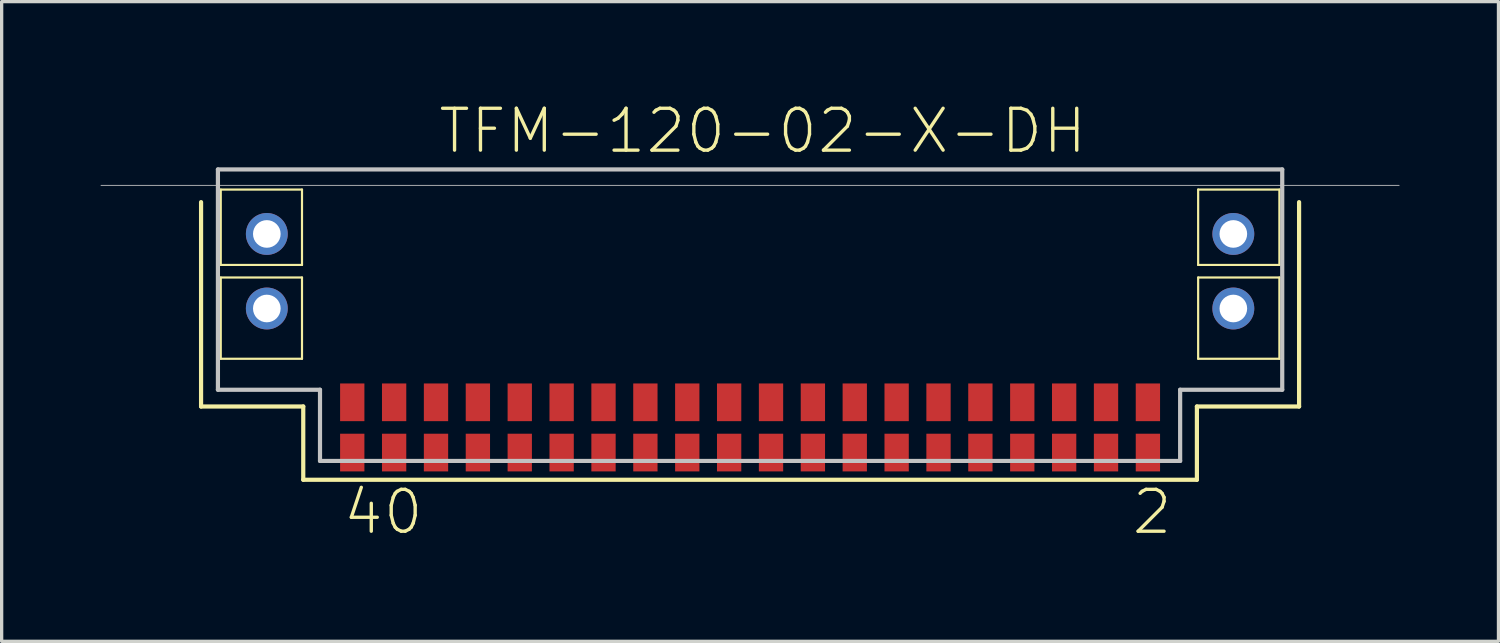
<source format=kicad_pcb>
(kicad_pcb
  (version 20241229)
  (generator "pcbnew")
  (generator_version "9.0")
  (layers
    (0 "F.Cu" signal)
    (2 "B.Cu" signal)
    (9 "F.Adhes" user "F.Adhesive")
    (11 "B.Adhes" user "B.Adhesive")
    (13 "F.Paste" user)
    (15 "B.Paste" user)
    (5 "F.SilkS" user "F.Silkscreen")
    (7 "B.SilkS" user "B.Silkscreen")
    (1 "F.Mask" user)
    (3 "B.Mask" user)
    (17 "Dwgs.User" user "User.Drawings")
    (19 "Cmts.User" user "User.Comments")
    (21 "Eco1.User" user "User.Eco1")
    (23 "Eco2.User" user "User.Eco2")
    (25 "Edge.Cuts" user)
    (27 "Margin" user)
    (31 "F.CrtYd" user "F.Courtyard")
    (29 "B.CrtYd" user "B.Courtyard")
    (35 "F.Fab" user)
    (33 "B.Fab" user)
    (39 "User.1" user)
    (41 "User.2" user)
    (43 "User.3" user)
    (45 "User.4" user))
  (footprint "TFM-120-02-X-DH"
    (layer "F.Cu")
    (at 19.698 2.572)
    (property "Reference" "TFM-120-02-X-DH" (at 0.381 -1.651 0) (layer "F.SilkS") (effects (font (size 1.27 1.27) (thickness 0.102))))
    (attr smd)
    (fp_line (start -16.65 0.508) (end -16.65 6.706) (stroke (width 0.127) (type solid)) (layer "F.SilkS"))
    (fp_line (start -16.65 6.706) (end -13.551 6.706) (stroke (width 0.127) (type solid)) (layer "F.SilkS"))
    (fp_line (start -16.053 0.127) (end -13.589 0.127) (stroke (width 0.066) (type solid)) (layer "F.SilkS"))
    (fp_line (start -16.053 2.413) (end -16.053 0.127) (stroke (width 0.066) (type solid)) (layer "F.SilkS"))
    (fp_line (start -16.053 2.413) (end -13.589 2.413) (stroke (width 0.066) (type solid)) (layer "F.SilkS"))
    (fp_line (start -16.053 2.794) (end -13.589 2.794) (stroke (width 0.066) (type solid)) (layer "F.SilkS"))
    (fp_line (start -16.053 5.258) (end -16.053 2.794) (stroke (width 0.066) (type solid)) (layer "F.SilkS"))
    (fp_line (start -16.053 5.258) (end -13.589 5.258) (stroke (width 0.066) (type solid)) (layer "F.SilkS"))
    (fp_line (start -13.589 2.413) (end -13.589 0.127) (stroke (width 0.066) (type solid)) (layer "F.SilkS"))
    (fp_line (start -13.589 5.258) (end -13.589 2.794) (stroke (width 0.066) (type solid)) (layer "F.SilkS"))
    (fp_line (start -13.551 6.706) (end -13.551 8.928) (stroke (width 0.127) (type solid)) (layer "F.SilkS"))
    (fp_line (start -13.551 8.928) (end 13.551 8.928) (stroke (width 0.127) (type solid)) (layer "F.SilkS"))
    (fp_line (start 13.551 6.706) (end 16.65 6.706) (stroke (width 0.127) (type solid)) (layer "F.SilkS"))
    (fp_line (start 13.551 8.928) (end 13.551 6.706) (stroke (width 0.127) (type solid)) (layer "F.SilkS"))
    (fp_line (start 13.589 0.127) (end 16.053 0.127) (stroke (width 0.066) (type solid)) (layer "F.SilkS"))
    (fp_line (start 13.589 2.413) (end 13.589 0.127) (stroke (width 0.066) (type solid)) (layer "F.SilkS"))
    (fp_line (start 13.589 2.413) (end 16.053 2.413) (stroke (width 0.066) (type solid)) (layer "F.SilkS"))
    (fp_line (start 13.589 2.794) (end 16.053 2.794) (stroke (width 0.066) (type solid)) (layer "F.SilkS"))
    (fp_line (start 13.589 5.258) (end 13.589 2.794) (stroke (width 0.066) (type solid)) (layer "F.SilkS"))
    (fp_line (start 13.589 5.258) (end 16.053 5.258) (stroke (width 0.066) (type solid)) (layer "F.SilkS"))
    (fp_line (start 16.053 2.413) (end 16.053 0.127) (stroke (width 0.066) (type solid)) (layer "F.SilkS"))
    (fp_line (start 16.053 5.258) (end 16.053 2.794) (stroke (width 0.066) (type solid)) (layer "F.SilkS"))
    (fp_line (start 16.65 6.706) (end 16.65 0.508) (stroke (width 0.127) (type solid)) (layer "F.SilkS"))
    (fp_line (start -19.685 0) (end 19.685 0) (stroke (width 0.025) (type solid)) (layer "Dwgs.User"))
    (fp_line (start -16.139 -0.483) (end 16.139 -0.483) (stroke (width 0.127) (type solid)) (layer "Dwgs.User"))
    (fp_line (start -16.139 6.198) (end -16.139 -0.483) (stroke (width 0.127) (type solid)) (layer "Dwgs.User"))
    (fp_line (start -13.043 6.198) (end -16.139 6.198) (stroke (width 0.127) (type solid)) (layer "Dwgs.User"))
    (fp_line (start -13.043 8.357) (end -13.043 6.198) (stroke (width 0.127) (type solid)) (layer "Dwgs.User"))
    (fp_line (start 13.043 6.198) (end 13.043 8.357) (stroke (width 0.127) (type solid)) (layer "Dwgs.User"))
    (fp_line (start 13.043 8.357) (end -13.043 8.357) (stroke (width 0.127) (type solid)) (layer "Dwgs.User"))
    (fp_line (start 16.139 -0.483) (end 16.139 6.198) (stroke (width 0.127) (type solid)) (layer "Dwgs.User"))
    (fp_line (start 16.139 6.198) (end 13.043 6.198) (stroke (width 0.127) (type solid)) (layer "Dwgs.User"))
    (fp_text user "40" (at -11.125 9.906 0) (layer "F.SilkS") (effects (font (size 1.27 1.27) (thickness 0.102))))
    (fp_text user "2" (at 12.192 9.906 0) (layer "F.SilkS") (effects (font (size 1.27 1.27) (thickness 0.102))))
    (pad "1" smd rect (at 12.065 6.579) (size 0.737 1.143) (layers "F.Cu" "F.Mask" "F.Paste"))
    (pad "2" smd rect (at 12.065 8.103) (size 0.737 1.143) (layers "F.Cu" "F.Mask" "F.Paste"))
    (pad "3" smd rect (at 10.795 6.579) (size 0.737 1.143) (layers "F.Cu" "F.Mask" "F.Paste"))
    (pad "4" smd rect (at 10.795 8.103) (size 0.737 1.143) (layers "F.Cu" "F.Mask" "F.Paste"))
    (pad "5" smd rect (at 9.525 6.579) (size 0.737 1.143) (layers "F.Cu" "F.Mask" "F.Paste"))
    (pad "6" smd rect (at 9.525 8.103) (size 0.737 1.143) (layers "F.Cu" "F.Mask" "F.Paste"))
    (pad "7" smd rect (at 8.255 6.579) (size 0.737 1.143) (layers "F.Cu" "F.Mask" "F.Paste"))
    (pad "8" smd rect (at 8.255 8.103) (size 0.737 1.143) (layers "F.Cu" "F.Mask" "F.Paste"))
    (pad "9" smd rect (at 6.985 6.579) (size 0.737 1.143) (layers "F.Cu" "F.Mask" "F.Paste"))
    (pad "10" smd rect (at 6.985 8.103) (size 0.737 1.143) (layers "F.Cu" "F.Mask" "F.Paste"))
    (pad "11" smd rect (at 5.715 6.579) (size 0.737 1.143) (layers "F.Cu" "F.Mask" "F.Paste"))
    (pad "12" smd rect (at 5.715 8.103) (size 0.737 1.143) (layers "F.Cu" "F.Mask" "F.Paste"))
    (pad "13" smd rect (at 4.445 6.579) (size 0.737 1.143) (layers "F.Cu" "F.Mask" "F.Paste"))
    (pad "14" smd rect (at 4.445 8.103) (size 0.737 1.143) (layers "F.Cu" "F.Mask" "F.Paste"))
    (pad "15" smd rect (at 3.175 6.579) (size 0.737 1.143) (layers "F.Cu" "F.Mask" "F.Paste"))
    (pad "16" smd rect (at 3.175 8.103) (size 0.737 1.143) (layers "F.Cu" "F.Mask" "F.Paste"))
    (pad "17" smd rect (at 1.905 6.579) (size 0.737 1.143) (layers "F.Cu" "F.Mask" "F.Paste"))
    (pad "18" smd rect (at 1.905 8.103) (size 0.737 1.143) (layers "F.Cu" "F.Mask" "F.Paste"))
    (pad "19" smd rect (at 0.635 6.579) (size 0.737 1.143) (layers "F.Cu" "F.Mask" "F.Paste"))
    (pad "20" smd rect (at 0.635 8.103) (size 0.737 1.143) (layers "F.Cu" "F.Mask" "F.Paste"))
    (pad "21" smd rect (at -0.635 6.579) (size 0.737 1.143) (layers "F.Cu" "F.Mask" "F.Paste"))
    (pad "22" smd rect (at -0.635 8.103) (size 0.737 1.143) (layers "F.Cu" "F.Mask" "F.Paste"))
    (pad "23" smd rect (at -1.905 6.579) (size 0.737 1.143) (layers "F.Cu" "F.Mask" "F.Paste"))
    (pad "24" smd rect (at -1.905 8.103) (size 0.737 1.143) (layers "F.Cu" "F.Mask" "F.Paste"))
    (pad "25" smd rect (at -3.175 6.579) (size 0.737 1.143) (layers "F.Cu" "F.Mask" "F.Paste"))
    (pad "26" smd rect (at -3.175 8.103) (size 0.737 1.143) (layers "F.Cu" "F.Mask" "F.Paste"))
    (pad "27" smd rect (at -4.445 6.579) (size 0.737 1.143) (layers "F.Cu" "F.Mask" "F.Paste"))
    (pad "28" smd rect (at -4.445 8.103) (size 0.737 1.143) (layers "F.Cu" "F.Mask" "F.Paste"))
    (pad "29" smd rect (at -5.715 6.579) (size 0.737 1.143) (layers "F.Cu" "F.Mask" "F.Paste"))
    (pad "30" smd rect (at -5.715 8.103) (size 0.737 1.143) (layers "F.Cu" "F.Mask" "F.Paste"))
    (pad "31" smd rect (at -6.985 6.579) (size 0.737 1.143) (layers "F.Cu" "F.Mask" "F.Paste"))
    (pad "32" smd rect (at -6.985 8.103) (size 0.737 1.143) (layers "F.Cu" "F.Mask" "F.Paste"))
    (pad "33" smd rect (at -8.255 6.579) (size 0.737 1.143) (layers "F.Cu" "F.Mask" "F.Paste"))
    (pad "34" smd rect (at -8.255 8.103) (size 0.737 1.143) (layers "F.Cu" "F.Mask" "F.Paste"))
    (pad "35" smd rect (at -9.525 6.579) (size 0.737 1.143) (layers "F.Cu" "F.Mask" "F.Paste"))
    (pad "36" smd rect (at -9.525 8.103) (size 0.737 1.143) (layers "F.Cu" "F.Mask" "F.Paste"))
    (pad "37" smd rect (at -10.795 6.579) (size 0.737 1.143) (layers "F.Cu" "F.Mask" "F.Paste"))
    (pad "38" smd rect (at -10.795 8.103) (size 0.737 1.143) (layers "F.Cu" "F.Mask" "F.Paste"))
    (pad "39" smd rect (at -12.065 6.579) (size 0.737 1.143) (layers "F.Cu" "F.Mask" "F.Paste"))
    (pad "40" smd rect (at -12.065 8.103) (size 0.737 1.143) (layers "F.Cu" "F.Mask" "F.Paste"))
    (pad "G1" thru_hole circle (at 14.656 1.473) (size 1.27 1.27) (drill 0.838) (layers "*.Cu" "*.Paste" "*.Mask"))
    (pad "G2" thru_hole circle (at -14.656 1.473) (size 1.27 1.27) (drill 0.838) (layers "*.Cu" "*.Paste" "*.Mask"))
    (pad "G3" thru_hole circle (at 14.656 3.734) (size 1.27 1.27) (drill 0.838) (layers "*.Cu" "*.Paste" "*.Mask"))
    (pad "G4" thru_hole circle (at -14.656 3.734) (size 1.27 1.27) (drill 0.838) (layers "*.Cu" "*.Paste" "*.Mask")))
  (gr_rect
    (start -3 -3)
    (end 42.395 16.4)
    (stroke (width 0.1) (type default))
    (fill no)
    (layer "Edge.Cuts")))
</source>
